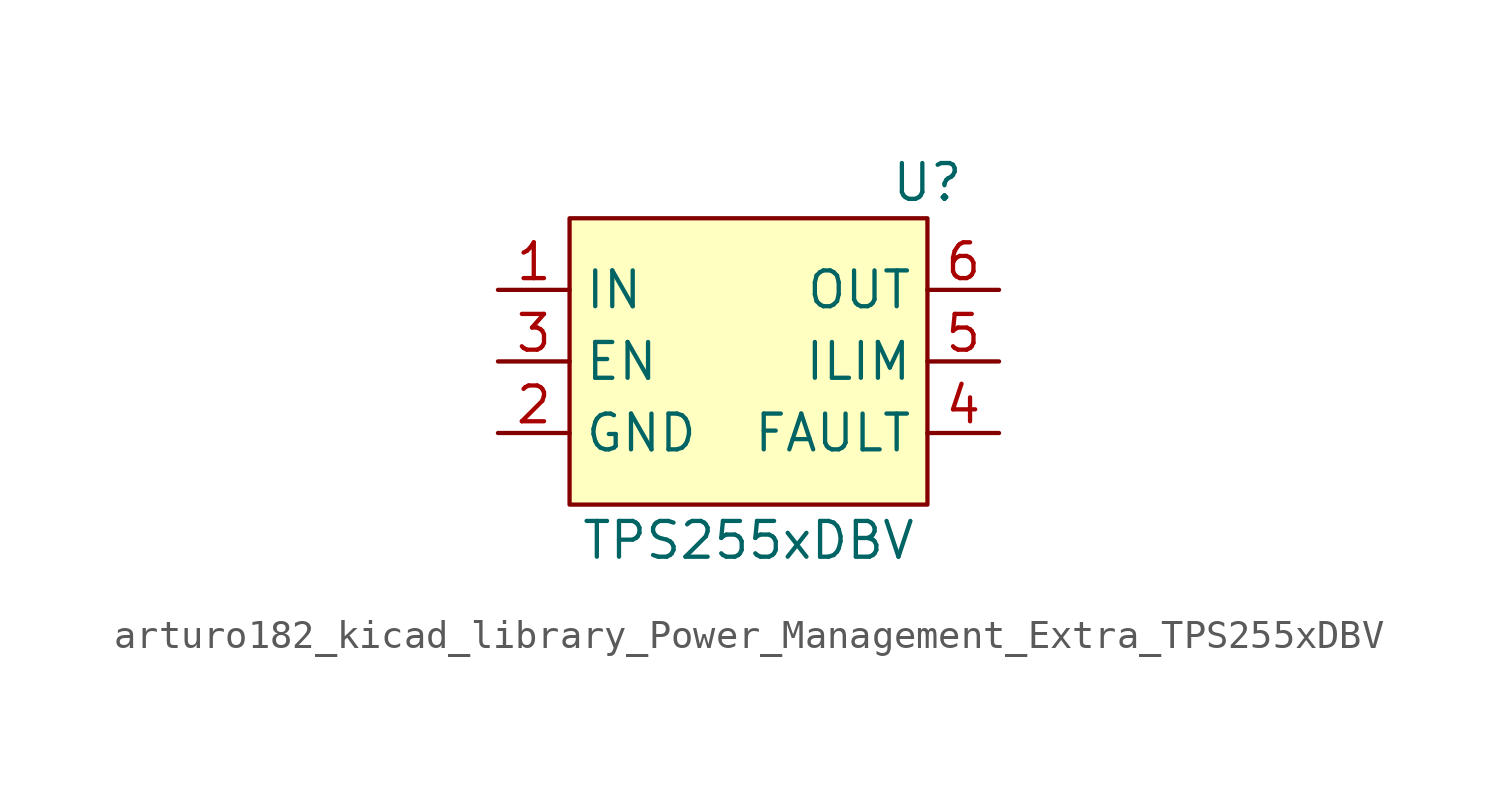
<source format=kicad_sym>
(kicad_symbol_lib
  (version 20220914)
  (generator kicad_symbol_editor)
  (symbol "arturo182_kicad_library_Power_Management_Extra_TPS255xDBV"
    (property "Reference" "U"
      (at 6.35 6.35 0)
      (effects (font (size 1.27 1.27))))
    (property "Value" "TPS255xDBV"
      (at 0 -6.35 0)
      (effects (font (size 1.27 1.27))))
    (symbol "arturo182_kicad_library_Power_Management_Extra_TPS255xDBV_0_0"
      (pin power_in line (at -8.89 2.54 0) (length 2.54) (name "IN" (effects (font (size 1.27 1.27)))) (number "1" (effects (font (size 1.27 1.27)))))
      (pin power_in line (at -8.89 -2.54 0) (length 2.54) (name "GND" (effects (font (size 1.27 1.27)))) (number "2" (effects (font (size 1.27 1.27)))))
      (pin input line (at -8.89 0 0) (length 2.54) (name "EN" (effects (font (size 1.27 1.27)))) (number "3" (effects (font (size 1.27 1.27)))))
      (pin output line (at 8.89 -2.54 180) (length 2.54) (name "FAULT" (effects (font (size 1.27 1.27)))) (number "4" (effects (font (size 1.27 1.27)))))
      (pin input line (at 8.89 0 180) (length 2.54) (name "ILIM" (effects (font (size 1.27 1.27)))) (number "5" (effects (font (size 1.27 1.27)))))
      (pin power_out line (at 8.89 2.54 180) (length 2.54) (name "OUT" (effects (font (size 1.27 1.27)))) (number "6" (effects (font (size 1.27 1.27))))))
    (symbol "arturo182_kicad_library_Power_Management_Extra_TPS255xDBV_0_1"
      (rectangle (start -6.35 5.08) (end 6.35 -5.08) (stroke (width 0.152) (type default)) (fill (type background))))))
</source>
